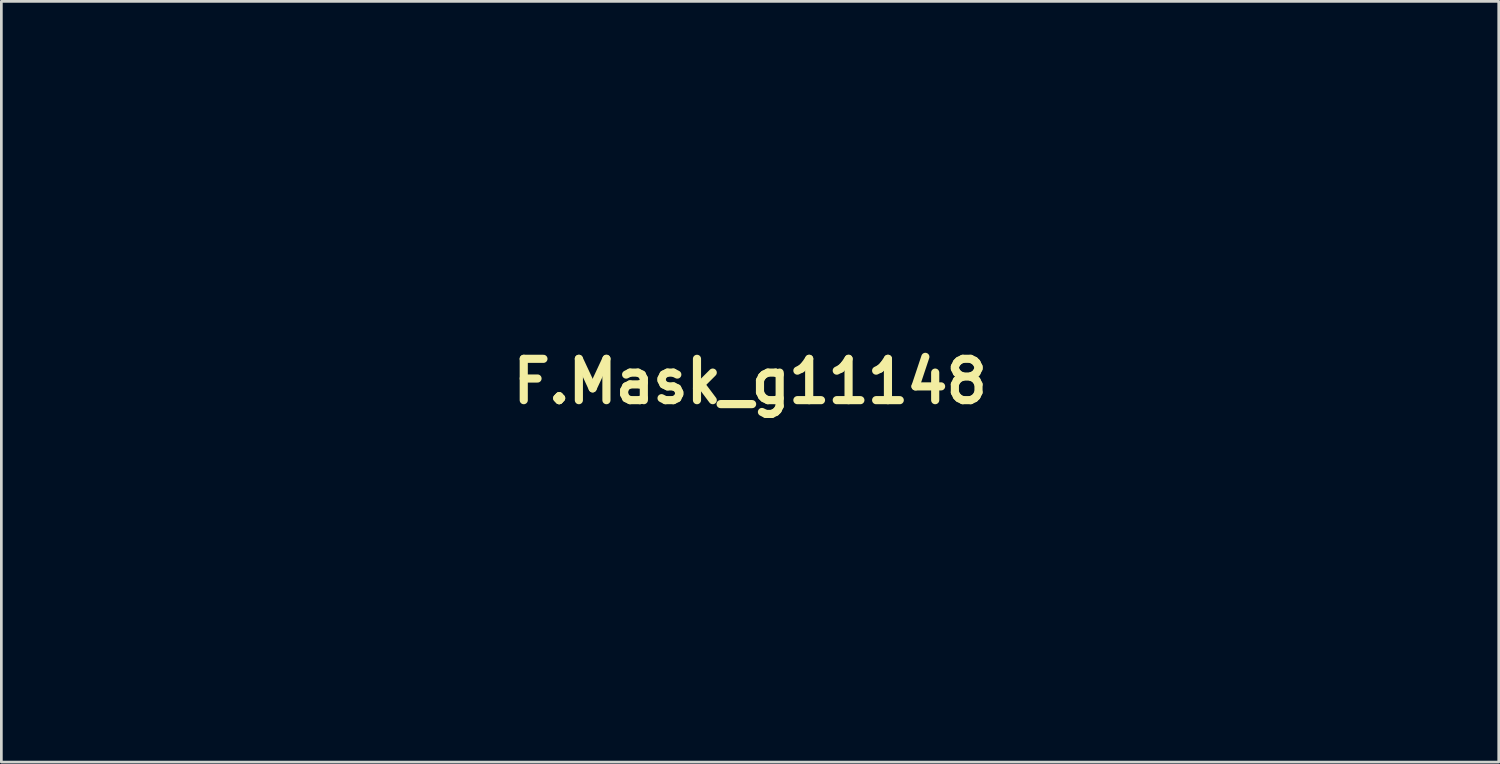
<source format=kicad_pcb>
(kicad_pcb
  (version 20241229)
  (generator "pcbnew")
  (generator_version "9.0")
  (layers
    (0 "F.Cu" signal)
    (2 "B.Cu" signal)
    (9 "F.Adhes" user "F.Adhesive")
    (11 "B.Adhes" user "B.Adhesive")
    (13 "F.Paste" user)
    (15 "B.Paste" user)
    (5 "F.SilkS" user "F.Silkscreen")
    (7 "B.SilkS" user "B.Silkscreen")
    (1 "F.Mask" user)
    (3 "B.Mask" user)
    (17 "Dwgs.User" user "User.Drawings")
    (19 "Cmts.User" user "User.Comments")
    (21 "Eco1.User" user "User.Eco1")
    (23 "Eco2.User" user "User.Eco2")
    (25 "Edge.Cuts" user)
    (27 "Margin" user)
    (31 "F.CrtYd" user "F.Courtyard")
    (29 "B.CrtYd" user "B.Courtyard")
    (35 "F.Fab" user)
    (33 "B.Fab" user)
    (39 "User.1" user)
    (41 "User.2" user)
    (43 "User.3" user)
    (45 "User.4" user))
  (footprint "F.Mask_g11148"
    (layer "F.Cu")
    (at 24.603 11.012)
    (property "Reference" "F.Mask_g11148" (at 0 0 0) (layer "F.SilkS") (effects (font (size 1.524 1.524) (thickness 0.3))))
    (attr through_hole)
    (fp_poly (pts (xy 19.897 -9.292) (xy 18.203 -9.292) (xy 18.203 -11.007) (xy 19.897 -11.007) (xy 19.897 -9.292)) (stroke (width 0.01) (type solid)) (fill yes) (layer "F.Mask"))
    (fp_poly (pts (xy 19.897 11.028) (xy 18.203 11.028) (xy 18.203 9.313) (xy 19.897 9.313) (xy 19.897 11.028)) (stroke (width 0.01) (type solid)) (fill yes) (layer "F.Mask"))
    (fp_poly (pts (xy -13.876 9.327) (xy -13.709 9.362) (xy -13.548 9.433) (xy -13.442 9.505) (xy -13.312 9.633) (xy -13.216 9.782) (xy -13.153 9.945) (xy -13.126 10.118) (xy -13.134 10.293) (xy -13.178 10.466) (xy -13.258 10.63) (xy -13.324 10.722) (xy -13.447 10.84) (xy -13.596 10.93) (xy -13.762 10.989) (xy -13.938 11.015) (xy -14.113 11.005) (xy -14.288 10.955) (xy -14.444 10.869) (xy -14.577 10.755) (xy -14.685 10.615) (xy -14.762 10.456) (xy -14.805 10.282) (xy -14.81 10.102) (xy -14.778 9.922) (xy -14.711 9.762) (xy -14.616 9.623) (xy -14.496 9.508) (xy -14.357 9.419) (xy -14.205 9.357) (xy -14.042 9.326) (xy -13.876 9.327)) (stroke (width 0.01) (type solid)) (fill yes) (layer "F.Mask"))
    (fp_poly (pts (xy 14.185 9.349) (xy 14.345 9.411) (xy 14.489 9.504) (xy 14.613 9.624) (xy 14.711 9.766) (xy 14.778 9.928) (xy 14.81 10.101) (xy 14.805 10.286) (xy 14.762 10.458) (xy 14.687 10.614) (xy 14.583 10.749) (xy 14.454 10.861) (xy 14.306 10.945) (xy 14.141 10.998) (xy 13.965 11.016) (xy 13.782 10.996) (xy 13.607 10.936) (xy 13.453 10.843) (xy 13.325 10.721) (xy 13.225 10.573) (xy 13.159 10.405) (xy 13.128 10.22) (xy 13.128 10.214) (xy 13.138 10.024) (xy 13.185 9.848) (xy 13.268 9.691) (xy 13.382 9.556) (xy 13.524 9.448) (xy 13.692 9.37) (xy 13.838 9.332) (xy 14.015 9.321) (xy 14.185 9.349)) (stroke (width 0.01) (type solid)) (fill yes) (layer "F.Mask"))
    (fp_poly (pts (xy 11.574 9.335) (xy 11.736 9.381) (xy 11.886 9.458) (xy 12.017 9.562) (xy 12.127 9.692) (xy 12.209 9.844) (xy 12.259 10.015) (xy 12.271 10.104) (xy 12.265 10.288) (xy 12.222 10.459) (xy 12.146 10.614) (xy 12.042 10.75) (xy 11.914 10.861) (xy 11.765 10.945) (xy 11.601 10.998) (xy 11.425 11.016) (xy 11.242 10.996) (xy 11.067 10.936) (xy 10.913 10.843) (xy 10.785 10.721) (xy 10.685 10.573) (xy 10.619 10.405) (xy 10.588 10.22) (xy 10.588 10.214) (xy 10.597 10.021) (xy 10.645 9.844) (xy 10.73 9.686) (xy 10.85 9.55) (xy 11.003 9.438) (xy 11.06 9.408) (xy 11.231 9.345) (xy 11.404 9.322) (xy 11.574 9.335)) (stroke (width 0.01) (type solid)) (fill yes) (layer "F.Mask"))
    (fp_poly (pts (xy 14.103 -10.985) (xy 14.243 -10.954) (xy 14.282 -10.939) (xy 14.446 -10.847) (xy 14.583 -10.727) (xy 14.691 -10.584) (xy 14.766 -10.423) (xy 14.807 -10.25) (xy 14.811 -10.07) (xy 14.786 -9.929) (xy 14.721 -9.764) (xy 14.624 -9.618) (xy 14.499 -9.495) (xy 14.353 -9.399) (xy 14.192 -9.333) (xy 14.021 -9.301) (xy 13.847 -9.306) (xy 13.802 -9.314) (xy 13.624 -9.372) (xy 13.467 -9.463) (xy 13.336 -9.583) (xy 13.234 -9.728) (xy 13.164 -9.893) (xy 13.129 -10.074) (xy 13.128 -10.193) (xy 13.157 -10.38) (xy 13.223 -10.55) (xy 13.323 -10.698) (xy 13.452 -10.821) (xy 13.608 -10.914) (xy 13.787 -10.973) (xy 13.797 -10.976) (xy 13.949 -10.993) (xy 14.103 -10.985)) (stroke (width 0.01) (type solid)) (fill yes) (layer "F.Mask"))
    (fp_poly (pts (xy -16.366 9.336) (xy -16.226 9.369) (xy -16.208 9.375) (xy -16.044 9.46) (xy -15.907 9.572) (xy -15.8 9.707) (xy -15.723 9.859) (xy -15.677 10.022) (xy -15.665 10.193) (xy -15.687 10.365) (xy -15.745 10.533) (xy -15.84 10.691) (xy -15.864 10.722) (xy -15.987 10.84) (xy -16.136 10.93) (xy -16.302 10.989) (xy -16.478 11.015) (xy -16.653 11.005) (xy -16.827 10.954) (xy -16.985 10.868) (xy -17.121 10.749) (xy -17.231 10.605) (xy -17.308 10.439) (xy -17.315 10.418) (xy -17.35 10.237) (xy -17.345 10.058) (xy -17.304 9.886) (xy -17.228 9.727) (xy -17.121 9.586) (xy -16.985 9.468) (xy -16.823 9.38) (xy -16.806 9.373) (xy -16.673 9.338) (xy -16.52 9.326) (xy -16.366 9.336)) (stroke (width 0.01) (type solid)) (fill yes) (layer "F.Mask"))
    (fp_poly (pts (xy 16.627 -10.985) (xy 16.727 -10.967) (xy 16.808 -10.942) (xy 16.885 -10.906) (xy 16.975 -10.852) (xy 16.992 -10.841) (xy 17.112 -10.741) (xy 17.213 -10.61) (xy 17.291 -10.459) (xy 17.341 -10.298) (xy 17.357 -10.149) (xy 17.336 -9.972) (xy 17.279 -9.804) (xy 17.188 -9.652) (xy 17.07 -9.52) (xy 16.927 -9.416) (xy 16.766 -9.343) (xy 16.702 -9.326) (xy 16.596 -9.304) (xy 16.512 -9.296) (xy 16.432 -9.3) (xy 16.342 -9.315) (xy 16.166 -9.37) (xy 16.011 -9.459) (xy 15.881 -9.577) (xy 15.779 -9.72) (xy 15.707 -9.884) (xy 15.671 -10.063) (xy 15.668 -10.205) (xy 15.698 -10.385) (xy 15.763 -10.548) (xy 15.86 -10.692) (xy 15.982 -10.812) (xy 16.126 -10.906) (xy 16.287 -10.968) (xy 16.46 -10.995) (xy 16.627 -10.985)) (stroke (width 0.01) (type solid)) (fill yes) (layer "F.Mask"))
    (fp_poly (pts (xy 16.597 9.33) (xy 16.722 9.346) (xy 16.785 9.364) (xy 16.946 9.445) (xy 17.086 9.557) (xy 17.202 9.695) (xy 17.289 9.852) (xy 17.342 10.021) (xy 17.357 10.171) (xy 17.337 10.334) (xy 17.283 10.498) (xy 17.199 10.651) (xy 17.091 10.783) (xy 17.047 10.823) (xy 16.919 10.909) (xy 16.767 10.973) (xy 16.636 11.005) (xy 16.56 11.018) (xy 16.508 11.024) (xy 16.465 11.023) (xy 16.414 11.015) (xy 16.341 10.999) (xy 16.323 10.995) (xy 16.145 10.936) (xy 15.99 10.843) (xy 15.861 10.715) (xy 15.758 10.555) (xy 15.755 10.548) (xy 15.689 10.371) (xy 15.663 10.193) (xy 15.675 10.017) (xy 15.723 9.85) (xy 15.805 9.697) (xy 15.92 9.561) (xy 16.064 9.449) (xy 16.214 9.374) (xy 16.326 9.344) (xy 16.459 9.329) (xy 16.597 9.33)) (stroke (width 0.01) (type solid)) (fill yes) (layer "F.Mask"))
    (fp_poly (pts (xy 11.624 -10.973) (xy 11.793 -10.914) (xy 11.945 -10.82) (xy 12.075 -10.693) (xy 12.125 -10.627) (xy 12.212 -10.462) (xy 12.261 -10.291) (xy 12.273 -10.121) (xy 12.252 -9.954) (xy 12.198 -9.797) (xy 12.116 -9.653) (xy 12.006 -9.527) (xy 11.871 -9.425) (xy 11.713 -9.351) (xy 11.536 -9.309) (xy 11.49 -9.305) (xy 11.4 -9.302) (xy 11.311 -9.307) (xy 11.262 -9.314) (xy 11.085 -9.372) (xy 10.927 -9.466) (xy 10.793 -9.593) (xy 10.687 -9.748) (xy 10.674 -9.774) (xy 10.637 -9.851) (xy 10.614 -9.911) (xy 10.601 -9.968) (xy 10.595 -10.036) (xy 10.594 -10.131) (xy 10.594 -10.148) (xy 10.595 -10.25) (xy 10.6 -10.324) (xy 10.612 -10.382) (xy 10.633 -10.44) (xy 10.66 -10.499) (xy 10.761 -10.667) (xy 10.885 -10.8) (xy 11.033 -10.898) (xy 11.207 -10.964) (xy 11.257 -10.976) (xy 11.443 -10.994) (xy 11.624 -10.973)) (stroke (width 0.01) (type solid)) (fill yes) (layer "F.Mask"))
    (fp_poly (pts (xy -18.94 9.333) (xy -18.81 9.356) (xy -18.748 9.375) (xy -18.581 9.462) (xy -18.439 9.581) (xy -18.324 9.729) (xy -18.243 9.901) (xy -18.22 9.98) (xy -18.208 10.061) (xy -18.207 10.159) (xy -18.208 10.206) (xy -18.215 10.306) (xy -18.228 10.383) (xy -18.252 10.455) (xy -18.292 10.542) (xy -18.294 10.547) (xy -18.395 10.709) (xy -18.522 10.836) (xy -18.674 10.931) (xy -18.853 10.992) (xy -18.873 10.996) (xy -18.956 11.013) (xy -19.014 11.022) (xy -19.065 11.022) (xy -19.126 11.015) (xy -19.193 11.004) (xy -19.314 10.972) (xy -19.441 10.916) (xy -19.556 10.847) (xy -19.59 10.821) (xy -19.703 10.702) (xy -19.795 10.556) (xy -19.861 10.396) (xy -19.894 10.232) (xy -19.897 10.171) (xy -19.876 9.996) (xy -19.818 9.828) (xy -19.727 9.673) (xy -19.607 9.539) (xy -19.463 9.43) (xy -19.325 9.364) (xy -19.213 9.337) (xy -19.079 9.327) (xy -18.94 9.333)) (stroke (width 0.01) (type solid)) (fill yes) (layer "F.Mask"))
    (fp_poly (pts (xy -3.587 9.353) (xy -3.433 9.412) (xy -3.29 9.501) (xy -3.165 9.622) (xy -3.063 9.774) (xy -3.042 9.816) (xy -3.01 9.887) (xy -2.99 9.945) (xy -2.979 10.006) (xy -2.975 10.083) (xy -2.974 10.171) (xy -2.979 10.31) (xy -2.999 10.423) (xy -3.038 10.526) (xy -3.1 10.635) (xy -3.128 10.677) (xy -3.235 10.796) (xy -3.37 10.893) (xy -3.526 10.964) (xy -3.694 11.005) (xy -3.866 11.014) (xy -3.954 11.004) (xy -4.128 10.954) (xy -4.288 10.867) (xy -4.426 10.748) (xy -4.537 10.602) (xy -4.578 10.526) (xy -4.61 10.455) (xy -4.63 10.396) (xy -4.641 10.335) (xy -4.645 10.258) (xy -4.646 10.171) (xy -4.645 10.069) (xy -4.64 9.995) (xy -4.628 9.936) (xy -4.606 9.876) (xy -4.578 9.816) (xy -4.482 9.657) (xy -4.362 9.528) (xy -4.223 9.431) (xy -4.072 9.365) (xy -3.912 9.33) (xy -3.748 9.326) (xy -3.587 9.353)) (stroke (width 0.01) (type solid)) (fill yes) (layer "F.Mask"))
    (fp_poly (pts (xy -1.162 9.328) (xy -1.138 9.332) (xy -0.954 9.385) (xy -0.79 9.474) (xy -0.65 9.596) (xy -0.538 9.748) (xy -0.502 9.816) (xy -0.47 9.887) (xy -0.45 9.945) (xy -0.439 10.006) (xy -0.435 10.083) (xy -0.434 10.171) (xy -0.439 10.31) (xy -0.459 10.423) (xy -0.498 10.526) (xy -0.56 10.635) (xy -0.588 10.677) (xy -0.695 10.797) (xy -0.831 10.894) (xy -0.988 10.964) (xy -1.157 11.005) (xy -1.331 11.014) (xy -1.418 11.004) (xy -1.59 10.955) (xy -1.747 10.869) (xy -1.884 10.75) (xy -1.996 10.605) (xy -2.038 10.526) (xy -2.07 10.455) (xy -2.09 10.396) (xy -2.101 10.335) (xy -2.105 10.258) (xy -2.106 10.171) (xy -2.105 10.069) (xy -2.1 9.995) (xy -2.087 9.936) (xy -2.066 9.876) (xy -2.038 9.816) (xy -1.942 9.659) (xy -1.819 9.528) (xy -1.673 9.426) (xy -1.511 9.357) (xy -1.339 9.323) (xy -1.162 9.328)) (stroke (width 0.01) (type solid)) (fill yes) (layer "F.Mask"))
    (fp_poly (pts (xy 1.488 9.35) (xy 1.652 9.415) (xy 1.8 9.512) (xy 1.927 9.64) (xy 2.027 9.794) (xy 2.038 9.816) (xy 2.07 9.887) (xy 2.09 9.945) (xy 2.101 10.005) (xy 2.105 10.081) (xy 2.106 10.171) (xy 2.099 10.311) (xy 2.079 10.426) (xy 2.04 10.53) (xy 1.977 10.64) (xy 1.952 10.677) (xy 1.845 10.797) (xy 1.709 10.894) (xy 1.552 10.964) (xy 1.383 11.005) (xy 1.209 11.014) (xy 1.122 11.004) (xy 0.95 10.955) (xy 0.793 10.869) (xy 0.656 10.75) (xy 0.544 10.605) (xy 0.502 10.526) (xy 0.47 10.455) (xy 0.45 10.396) (xy 0.439 10.335) (xy 0.435 10.258) (xy 0.434 10.171) (xy 0.435 10.069) (xy 0.44 9.995) (xy 0.453 9.936) (xy 0.474 9.876) (xy 0.502 9.816) (xy 0.601 9.653) (xy 0.731 9.519) (xy 0.886 9.416) (xy 1.062 9.349) (xy 1.138 9.332) (xy 1.315 9.321) (xy 1.488 9.35)) (stroke (width 0.01) (type solid)) (fill yes) (layer "F.Mask"))
    (fp_poly (pts (xy -8.667 9.353) (xy -8.513 9.411) (xy -8.37 9.501) (xy -8.245 9.622) (xy -8.143 9.775) (xy -8.122 9.816) (xy -8.09 9.887) (xy -8.07 9.945) (xy -8.059 10.006) (xy -8.055 10.083) (xy -8.054 10.171) (xy -8.055 10.274) (xy -8.061 10.349) (xy -8.073 10.409) (xy -8.095 10.468) (xy -8.113 10.508) (xy -8.212 10.675) (xy -8.338 10.811) (xy -8.485 10.915) (xy -8.65 10.984) (xy -8.828 11.016) (xy -9.015 11.008) (xy -9.034 11.005) (xy -9.208 10.954) (xy -9.366 10.866) (xy -9.505 10.745) (xy -9.618 10.596) (xy -9.656 10.526) (xy -9.689 10.456) (xy -9.709 10.399) (xy -9.72 10.341) (xy -9.725 10.268) (xy -9.726 10.171) (xy -9.725 10.069) (xy -9.72 9.996) (xy -9.708 9.936) (xy -9.686 9.877) (xy -9.658 9.816) (xy -9.562 9.656) (xy -9.442 9.528) (xy -9.303 9.43) (xy -9.152 9.364) (xy -8.991 9.329) (xy -8.828 9.325) (xy -8.667 9.353)) (stroke (width 0.01) (type solid)) (fill yes) (layer "F.Mask"))
    (fp_poly (pts (xy -6.127 9.353) (xy -5.973 9.411) (xy -5.83 9.501) (xy -5.705 9.622) (xy -5.603 9.775) (xy -5.582 9.816) (xy -5.55 9.887) (xy -5.53 9.945) (xy -5.519 10.006) (xy -5.515 10.083) (xy -5.514 10.171) (xy -5.515 10.274) (xy -5.521 10.35) (xy -5.534 10.41) (xy -5.555 10.469) (xy -5.572 10.506) (xy -5.658 10.659) (xy -5.761 10.781) (xy -5.889 10.881) (xy -6.05 10.961) (xy -6.227 11.006) (xy -6.409 11.014) (xy -6.494 11.005) (xy -6.667 10.954) (xy -6.826 10.867) (xy -6.964 10.748) (xy -7.076 10.602) (xy -7.12 10.521) (xy -7.151 10.452) (xy -7.171 10.394) (xy -7.181 10.333) (xy -7.185 10.254) (xy -7.186 10.171) (xy -7.185 10.069) (xy -7.18 9.995) (xy -7.167 9.936) (xy -7.146 9.876) (xy -7.118 9.816) (xy -7.022 9.656) (xy -6.902 9.528) (xy -6.763 9.43) (xy -6.612 9.364) (xy -6.451 9.329) (xy -6.288 9.325) (xy -6.127 9.353)) (stroke (width 0.01) (type solid)) (fill yes) (layer "F.Mask"))
    (fp_poly (pts (xy 6.458 9.328) (xy 6.482 9.332) (xy 6.666 9.385) (xy 6.83 9.474) (xy 6.97 9.596) (xy 7.082 9.748) (xy 7.118 9.816) (xy 7.15 9.887) (xy 7.17 9.945) (xy 7.181 10.006) (xy 7.185 10.083) (xy 7.186 10.171) (xy 7.184 10.275) (xy 7.179 10.35) (xy 7.166 10.411) (xy 7.144 10.47) (xy 7.129 10.503) (xy 7.029 10.671) (xy 6.903 10.809) (xy 6.755 10.913) (xy 6.588 10.982) (xy 6.408 11.014) (xy 6.218 11.006) (xy 6.202 11.004) (xy 6.03 10.955) (xy 5.872 10.869) (xy 5.735 10.75) (xy 5.623 10.603) (xy 5.582 10.525) (xy 5.55 10.454) (xy 5.53 10.396) (xy 5.519 10.335) (xy 5.515 10.258) (xy 5.514 10.171) (xy 5.515 10.069) (xy 5.52 9.995) (xy 5.533 9.936) (xy 5.554 9.876) (xy 5.582 9.816) (xy 5.678 9.659) (xy 5.801 9.528) (xy 5.947 9.426) (xy 6.109 9.357) (xy 6.281 9.323) (xy 6.458 9.328)) (stroke (width 0.01) (type solid)) (fill yes) (layer "F.Mask"))
    (fp_poly (pts (xy 8.969 9.326) (xy 9.13 9.357) (xy 9.283 9.42) (xy 9.424 9.513) (xy 9.546 9.637) (xy 9.646 9.791) (xy 9.658 9.816) (xy 9.69 9.887) (xy 9.71 9.945) (xy 9.721 10.005) (xy 9.725 10.082) (xy 9.726 10.171) (xy 9.72 10.307) (xy 9.702 10.418) (xy 9.665 10.517) (xy 9.605 10.62) (xy 9.563 10.681) (xy 9.447 10.808) (xy 9.304 10.907) (xy 9.141 10.976) (xy 8.967 11.011) (xy 8.788 11.01) (xy 8.702 10.996) (xy 8.524 10.936) (xy 8.37 10.841) (xy 8.24 10.712) (xy 8.134 10.548) (xy 8.12 10.52) (xy 8.089 10.452) (xy 8.07 10.395) (xy 8.059 10.335) (xy 8.055 10.258) (xy 8.054 10.169) (xy 8.055 10.07) (xy 8.06 9.998) (xy 8.071 9.94) (xy 8.093 9.882) (xy 8.127 9.808) (xy 8.134 9.795) (xy 8.232 9.639) (xy 8.354 9.514) (xy 8.493 9.42) (xy 8.646 9.357) (xy 8.806 9.326) (xy 8.969 9.326)) (stroke (width 0.01) (type solid)) (fill yes) (layer "F.Mask"))
    (fp_poly (pts (xy -11.208 9.351) (xy -11.054 9.409) (xy -10.913 9.498) (xy -10.788 9.619) (xy -10.686 9.771) (xy -10.674 9.795) (xy -10.637 9.872) (xy -10.614 9.932) (xy -10.601 9.989) (xy -10.595 10.058) (xy -10.594 10.152) (xy -10.594 10.169) (xy -10.595 10.273) (xy -10.601 10.348) (xy -10.613 10.408) (xy -10.634 10.467) (xy -10.653 10.508) (xy -10.752 10.675) (xy -10.878 10.811) (xy -11.025 10.915) (xy -11.19 10.984) (xy -11.368 11.016) (xy -11.555 11.008) (xy -11.574 11.005) (xy -11.748 10.954) (xy -11.906 10.866) (xy -12.045 10.745) (xy -12.158 10.596) (xy -12.196 10.526) (xy -12.229 10.456) (xy -12.249 10.399) (xy -12.26 10.341) (xy -12.265 10.268) (xy -12.266 10.171) (xy -12.265 10.069) (xy -12.26 9.996) (xy -12.248 9.936) (xy -12.226 9.877) (xy -12.198 9.816) (xy -12.102 9.656) (xy -11.982 9.528) (xy -11.844 9.431) (xy -11.692 9.364) (xy -11.532 9.329) (xy -11.369 9.324) (xy -11.208 9.351)) (stroke (width 0.01) (type solid)) (fill yes) (layer "F.Mask"))
    (fp_poly (pts (xy -6.219 -10.983) (xy -6.177 -10.976) (xy -5.997 -10.919) (xy -5.842 -10.829) (xy -5.711 -10.705) (xy -5.605 -10.547) (xy -5.58 -10.499) (xy -5.549 -10.43) (xy -5.53 -10.373) (xy -5.519 -10.313) (xy -5.515 -10.235) (xy -5.514 -10.149) (xy -5.515 -10.046) (xy -5.521 -9.97) (xy -5.534 -9.91) (xy -5.555 -9.851) (xy -5.572 -9.814) (xy -5.671 -9.644) (xy -5.794 -9.508) (xy -5.942 -9.405) (xy -6.055 -9.353) (xy -6.171 -9.322) (xy -6.304 -9.305) (xy -6.436 -9.304) (xy -6.518 -9.314) (xy -6.689 -9.371) (xy -6.845 -9.463) (xy -6.98 -9.587) (xy -7.088 -9.736) (xy -7.118 -9.795) (xy -7.15 -9.866) (xy -7.17 -9.924) (xy -7.181 -9.985) (xy -7.185 -10.062) (xy -7.186 -10.149) (xy -7.185 -10.251) (xy -7.18 -10.325) (xy -7.167 -10.384) (xy -7.146 -10.444) (xy -7.118 -10.504) (xy -7.02 -10.664) (xy -6.895 -10.796) (xy -6.746 -10.896) (xy -6.581 -10.962) (xy -6.403 -10.992) (xy -6.219 -10.983)) (stroke (width 0.01) (type solid)) (fill yes) (layer "F.Mask"))
    (fp_poly (pts (xy -3.677 -10.983) (xy -3.637 -10.976) (xy -3.457 -10.919) (xy -3.302 -10.829) (xy -3.171 -10.705) (xy -3.065 -10.547) (xy -3.04 -10.499) (xy -3.009 -10.43) (xy -2.99 -10.373) (xy -2.979 -10.313) (xy -2.975 -10.235) (xy -2.974 -10.149) (xy -2.975 -10.046) (xy -2.981 -9.97) (xy -2.994 -9.91) (xy -3.015 -9.851) (xy -3.032 -9.814) (xy -3.131 -9.644) (xy -3.254 -9.508) (xy -3.402 -9.405) (xy -3.515 -9.353) (xy -3.631 -9.322) (xy -3.764 -9.305) (xy -3.896 -9.304) (xy -3.978 -9.314) (xy -4.149 -9.371) (xy -4.305 -9.463) (xy -4.44 -9.587) (xy -4.548 -9.736) (xy -4.578 -9.795) (xy -4.61 -9.866) (xy -4.63 -9.924) (xy -4.641 -9.985) (xy -4.645 -10.062) (xy -4.646 -10.149) (xy -4.645 -10.251) (xy -4.64 -10.325) (xy -4.627 -10.384) (xy -4.606 -10.444) (xy -4.578 -10.504) (xy -4.48 -10.665) (xy -4.354 -10.797) (xy -4.206 -10.897) (xy -4.04 -10.963) (xy -3.862 -10.993) (xy -3.677 -10.983)) (stroke (width 0.01) (type solid)) (fill yes) (layer "F.Mask"))
    (fp_poly (pts (xy -1.074 -10.973) (xy -0.907 -10.914) (xy -0.755 -10.821) (xy -0.624 -10.696) (xy -0.52 -10.541) (xy -0.502 -10.504) (xy -0.47 -10.434) (xy -0.45 -10.375) (xy -0.439 -10.314) (xy -0.435 -10.237) (xy -0.434 -10.149) (xy -0.435 -10.046) (xy -0.441 -9.97) (xy -0.454 -9.91) (xy -0.475 -9.851) (xy -0.492 -9.814) (xy -0.591 -9.644) (xy -0.714 -9.508) (xy -0.862 -9.405) (xy -0.975 -9.353) (xy -1.091 -9.322) (xy -1.224 -9.305) (xy -1.356 -9.304) (xy -1.438 -9.314) (xy -1.609 -9.371) (xy -1.765 -9.463) (xy -1.9 -9.587) (xy -2.008 -9.736) (xy -2.038 -9.795) (xy -2.07 -9.866) (xy -2.09 -9.924) (xy -2.101 -9.985) (xy -2.105 -10.062) (xy -2.106 -10.149) (xy -2.105 -10.251) (xy -2.1 -10.325) (xy -2.087 -10.384) (xy -2.066 -10.444) (xy -2.039 -10.503) (xy -1.939 -10.667) (xy -1.811 -10.801) (xy -1.657 -10.901) (xy -1.478 -10.967) (xy -1.437 -10.977) (xy -1.253 -10.995) (xy -1.074 -10.973)) (stroke (width 0.01) (type solid)) (fill yes) (layer "F.Mask"))
    (fp_poly (pts (xy 1.466 -10.973) (xy 1.633 -10.914) (xy 1.785 -10.821) (xy 1.915 -10.696) (xy 2.02 -10.541) (xy 2.038 -10.504) (xy 2.07 -10.434) (xy 2.09 -10.375) (xy 2.101 -10.314) (xy 2.105 -10.237) (xy 2.106 -10.149) (xy 2.105 -10.046) (xy 2.099 -9.97) (xy 2.087 -9.91) (xy 2.065 -9.852) (xy 2.048 -9.814) (xy 1.949 -9.644) (xy 1.826 -9.508) (xy 1.678 -9.405) (xy 1.565 -9.353) (xy 1.449 -9.322) (xy 1.316 -9.305) (xy 1.184 -9.304) (xy 1.102 -9.314) (xy 0.931 -9.371) (xy 0.775 -9.463) (xy 0.64 -9.587) (xy 0.532 -9.736) (xy 0.502 -9.795) (xy 0.47 -9.866) (xy 0.45 -9.924) (xy 0.439 -9.985) (xy 0.435 -10.062) (xy 0.434 -10.149) (xy 0.435 -10.251) (xy 0.44 -10.325) (xy 0.453 -10.384) (xy 0.474 -10.444) (xy 0.501 -10.503) (xy 0.601 -10.667) (xy 0.729 -10.801) (xy 0.883 -10.901) (xy 1.062 -10.967) (xy 1.103 -10.977) (xy 1.287 -10.995) (xy 1.466 -10.973)) (stroke (width 0.01) (type solid)) (fill yes) (layer "F.Mask"))
    (fp_poly (pts (xy 3.918 9.328) (xy 3.942 9.332) (xy 4.126 9.385) (xy 4.29 9.474) (xy 4.43 9.596) (xy 4.542 9.748) (xy 4.578 9.816) (xy 4.61 9.887) (xy 4.63 9.945) (xy 4.641 10.006) (xy 4.645 10.083) (xy 4.646 10.171) (xy 4.644 10.275) (xy 4.639 10.35) (xy 4.626 10.411) (xy 4.604 10.47) (xy 4.589 10.504) (xy 4.515 10.64) (xy 4.432 10.748) (xy 4.329 10.839) (xy 4.316 10.849) (xy 4.158 10.94) (xy 3.982 10.996) (xy 3.798 11.015) (xy 3.662 11.004) (xy 3.491 10.955) (xy 3.334 10.869) (xy 3.197 10.751) (xy 3.085 10.606) (xy 3.042 10.526) (xy 3.01 10.455) (xy 2.99 10.396) (xy 2.979 10.335) (xy 2.975 10.258) (xy 2.974 10.171) (xy 2.975 10.069) (xy 2.98 9.995) (xy 2.993 9.936) (xy 3.014 9.876) (xy 3.042 9.816) (xy 3.138 9.659) (xy 3.261 9.528) (xy 3.407 9.426) (xy 3.569 9.357) (xy 3.741 9.323) (xy 3.918 9.328)) (stroke (width 0.01) (type solid)) (fill yes) (layer "F.Mask"))
    (fp_poly (pts (xy 4.003 -10.973) (xy 4.172 -10.914) (xy 4.324 -10.821) (xy 4.455 -10.696) (xy 4.56 -10.541) (xy 4.578 -10.504) (xy 4.61 -10.434) (xy 4.63 -10.375) (xy 4.641 -10.314) (xy 4.645 -10.238) (xy 4.646 -10.149) (xy 4.645 -10.045) (xy 4.639 -9.97) (xy 4.626 -9.91) (xy 4.605 -9.851) (xy 4.588 -9.814) (xy 4.489 -9.644) (xy 4.366 -9.508) (xy 4.217 -9.405) (xy 4.105 -9.353) (xy 3.989 -9.322) (xy 3.856 -9.305) (xy 3.724 -9.304) (xy 3.642 -9.314) (xy 3.471 -9.371) (xy 3.315 -9.463) (xy 3.18 -9.587) (xy 3.072 -9.736) (xy 3.042 -9.795) (xy 3.01 -9.866) (xy 2.99 -9.924) (xy 2.979 -9.985) (xy 2.975 -10.062) (xy 2.974 -10.149) (xy 2.975 -10.251) (xy 2.98 -10.324) (xy 2.992 -10.383) (xy 3.014 -10.441) (xy 3.04 -10.499) (xy 3.141 -10.667) (xy 3.265 -10.8) (xy 3.413 -10.898) (xy 3.587 -10.964) (xy 3.637 -10.976) (xy 3.823 -10.994) (xy 4.003 -10.973)) (stroke (width 0.01) (type solid)) (fill yes) (layer "F.Mask"))
    (fp_poly (pts (xy 6.542 -10.972) (xy 6.71 -10.913) (xy 6.863 -10.82) (xy 6.994 -10.695) (xy 7.1 -10.541) (xy 7.12 -10.5) (xy 7.151 -10.431) (xy 7.171 -10.373) (xy 7.181 -10.312) (xy 7.185 -10.233) (xy 7.186 -10.149) (xy 7.185 -10.045) (xy 7.179 -9.97) (xy 7.166 -9.91) (xy 7.145 -9.851) (xy 7.128 -9.814) (xy 7.029 -9.644) (xy 6.906 -9.508) (xy 6.757 -9.405) (xy 6.645 -9.353) (xy 6.529 -9.322) (xy 6.396 -9.305) (xy 6.264 -9.304) (xy 6.182 -9.314) (xy 6.011 -9.371) (xy 5.855 -9.463) (xy 5.72 -9.587) (xy 5.612 -9.736) (xy 5.582 -9.795) (xy 5.55 -9.866) (xy 5.53 -9.924) (xy 5.519 -9.985) (xy 5.515 -10.062) (xy 5.514 -10.149) (xy 5.515 -10.251) (xy 5.52 -10.324) (xy 5.532 -10.383) (xy 5.554 -10.441) (xy 5.58 -10.499) (xy 5.681 -10.667) (xy 5.805 -10.8) (xy 5.953 -10.898) (xy 6.127 -10.964) (xy 6.177 -10.976) (xy 6.362 -10.994) (xy 6.542 -10.972)) (stroke (width 0.01) (type solid)) (fill yes) (layer "F.Mask"))
    (fp_poly (pts (xy -8.749 -10.982) (xy -8.717 -10.976) (xy -8.537 -10.919) (xy -8.382 -10.829) (xy -8.251 -10.705) (xy -8.145 -10.547) (xy -8.12 -10.499) (xy -8.089 -10.43) (xy -8.07 -10.373) (xy -8.059 -10.313) (xy -8.055 -10.235) (xy -8.054 -10.149) (xy -8.055 -10.048) (xy -8.06 -9.974) (xy -8.073 -9.915) (xy -8.094 -9.855) (xy -8.122 -9.795) (xy -8.221 -9.631) (xy -8.35 -9.497) (xy -8.504 -9.395) (xy -8.68 -9.327) (xy -8.741 -9.313) (xy -8.841 -9.298) (xy -8.925 -9.296) (xy -9.018 -9.308) (xy -9.058 -9.315) (xy -9.222 -9.368) (xy -9.375 -9.457) (xy -9.509 -9.576) (xy -9.618 -9.72) (xy -9.658 -9.794) (xy -9.69 -9.865) (xy -9.71 -9.924) (xy -9.721 -9.984) (xy -9.725 -10.061) (xy -9.726 -10.15) (xy -9.725 -10.251) (xy -9.72 -10.323) (xy -9.708 -10.381) (xy -9.687 -10.438) (xy -9.656 -10.505) (xy -9.554 -10.667) (xy -9.426 -10.799) (xy -9.277 -10.9) (xy -9.112 -10.965) (xy -8.934 -10.993) (xy -8.749 -10.982)) (stroke (width 0.01) (type solid)) (fill yes) (layer "F.Mask"))
    (fp_poly (pts (xy 9.083 -10.973) (xy 9.251 -10.913) (xy 9.403 -10.819) (xy 9.535 -10.691) (xy 9.641 -10.533) (xy 9.656 -10.505) (xy 9.688 -10.435) (xy 9.709 -10.378) (xy 9.72 -10.32) (xy 9.725 -10.247) (xy 9.726 -10.15) (xy 9.724 -10.046) (xy 9.719 -9.97) (xy 9.706 -9.91) (xy 9.685 -9.851) (xy 9.669 -9.816) (xy 9.595 -9.68) (xy 9.513 -9.573) (xy 9.41 -9.481) (xy 9.395 -9.47) (xy 9.242 -9.381) (xy 9.074 -9.324) (xy 8.9 -9.3) (xy 8.731 -9.312) (xy 8.722 -9.314) (xy 8.545 -9.372) (xy 8.387 -9.466) (xy 8.253 -9.593) (xy 8.147 -9.748) (xy 8.134 -9.774) (xy 8.097 -9.851) (xy 8.074 -9.911) (xy 8.061 -9.968) (xy 8.055 -10.036) (xy 8.054 -10.131) (xy 8.054 -10.148) (xy 8.055 -10.25) (xy 8.06 -10.324) (xy 8.072 -10.382) (xy 8.093 -10.44) (xy 8.12 -10.499) (xy 8.221 -10.667) (xy 8.345 -10.8) (xy 8.493 -10.898) (xy 8.667 -10.964) (xy 8.717 -10.976) (xy 8.904 -10.994) (xy 9.083 -10.973)) (stroke (width 0.01) (type solid)) (fill yes) (layer "F.Mask"))
    (fp_poly (pts (xy -22.65 -10.615) (xy -22.393 -10.564) (xy -22.146 -10.474) (xy -21.913 -10.346) (xy -21.698 -10.181) (xy -21.621 -10.108) (xy -21.444 -9.904) (xy -21.305 -9.685) (xy -21.204 -9.447) (xy -21.137 -9.187) (xy -21.135 -9.175) (xy -21.113 -9.017) (xy -21.105 -8.88) (xy -21.112 -8.743) (xy -21.135 -8.586) (xy -21.135 -8.584) (xy -21.201 -8.323) (xy -21.304 -8.08) (xy -21.44 -7.857) (xy -21.607 -7.659) (xy -21.801 -7.487) (xy -22.019 -7.345) (xy -22.258 -7.236) (xy -22.505 -7.167) (xy -22.622 -7.149) (xy -22.761 -7.139) (xy -22.907 -7.136) (xy -23.045 -7.141) (xy -23.16 -7.153) (xy -23.176 -7.156) (xy -23.432 -7.227) (xy -23.672 -7.335) (xy -23.892 -7.477) (xy -24.09 -7.648) (xy -24.261 -7.846) (xy -24.402 -8.066) (xy -24.509 -8.306) (xy -24.554 -8.456) (xy -24.582 -8.607) (xy -24.596 -8.782) (xy -24.596 -8.826) (xy -23.802 -8.826) (xy -23.772 -8.641) (xy -23.706 -8.467) (xy -23.607 -8.308) (xy -23.478 -8.17) (xy -23.323 -8.057) (xy -23.146 -7.976) (xy -23.024 -7.948) (xy -22.881 -7.938) (xy -22.733 -7.945) (xy -22.597 -7.97) (xy -22.561 -7.981) (xy -22.377 -8.064) (xy -22.219 -8.18) (xy -22.09 -8.324) (xy -21.992 -8.496) (xy -21.94 -8.647) (xy -21.91 -8.84) (xy -21.921 -9.029) (xy -21.969 -9.209) (xy -22.053 -9.377) (xy -22.171 -9.526) (xy -22.319 -9.652) (xy -22.452 -9.73) (xy -22.632 -9.797) (xy -22.818 -9.823) (xy -23.006 -9.811) (xy -23.189 -9.761) (xy -23.362 -9.674) (xy -23.521 -9.552) (xy -23.533 -9.54) (xy -23.617 -9.437) (xy -23.693 -9.308) (xy -23.754 -9.166) (xy -23.791 -9.027) (xy -23.793 -9.015) (xy -23.802 -8.826) (xy -24.596 -8.826) (xy -24.596 -8.964) (xy -24.583 -9.138) (xy -24.566 -9.246) (xy -24.493 -9.495) (xy -24.383 -9.729) (xy -24.24 -9.943) (xy -24.067 -10.134) (xy -23.868 -10.299) (xy -23.647 -10.435) (xy -23.408 -10.536) (xy -23.183 -10.596) (xy -22.915 -10.626) (xy -22.65 -10.615)) (stroke (width 0.01) (type solid)) (fill yes) (layer "F.Mask"))
    (fp_poly (pts (xy -22.502 7.189) (xy -22.247 7.262) (xy -22.185 7.286) (xy -21.947 7.408) (xy -21.732 7.562) (xy -21.545 7.746) (xy -21.387 7.956) (xy -21.262 8.189) (xy -21.172 8.44) (xy -21.135 8.605) (xy -21.113 8.763) (xy -21.105 8.901) (xy -21.113 9.039) (xy -21.135 9.192) (xy -21.201 9.453) (xy -21.304 9.697) (xy -21.442 9.921) (xy -21.61 10.122) (xy -21.805 10.296) (xy -22.026 10.439) (xy -22.268 10.549) (xy -22.406 10.593) (xy -22.509 10.614) (xy -22.641 10.628) (xy -22.789 10.636) (xy -22.937 10.638) (xy -23.074 10.632) (xy -23.185 10.619) (xy -23.201 10.616) (xy -23.454 10.543) (xy -23.69 10.433) (xy -23.908 10.291) (xy -24.102 10.12) (xy -24.27 9.923) (xy -24.407 9.705) (xy -24.51 9.469) (xy -24.566 9.267) (xy -24.589 9.109) (xy -24.596 8.973) (xy -23.801 8.973) (xy -23.793 9.037) (xy -23.741 9.232) (xy -23.653 9.407) (xy -23.533 9.559) (xy -23.383 9.683) (xy -23.207 9.777) (xy -23.159 9.795) (xy -23.08 9.819) (xy -23.007 9.833) (xy -22.924 9.839) (xy -22.816 9.837) (xy -22.815 9.837) (xy -22.714 9.832) (xy -22.64 9.824) (xy -22.576 9.807) (xy -22.508 9.779) (xy -22.455 9.753) (xy -22.286 9.648) (xy -22.147 9.519) (xy -22.038 9.369) (xy -21.962 9.205) (xy -21.919 9.031) (xy -21.91 8.853) (xy -21.936 8.674) (xy -21.997 8.501) (xy -22.096 8.338) (xy -22.174 8.246) (xy -22.318 8.12) (xy -22.475 8.031) (xy -22.648 7.979) (xy -22.843 7.961) (xy -22.905 7.962) (xy -23.006 7.968) (xy -23.082 7.978) (xy -23.147 7.995) (xy -23.217 8.025) (xy -23.266 8.049) (xy -23.43 8.151) (xy -23.567 8.282) (xy -23.677 8.436) (xy -23.754 8.606) (xy -23.797 8.787) (xy -23.801 8.973) (xy -24.596 8.973) (xy -24.598 8.931) (xy -24.593 8.749) (xy -24.575 8.579) (xy -24.554 8.477) (xy -24.486 8.273) (xy -24.388 8.068) (xy -24.267 7.874) (xy -24.129 7.701) (xy -23.993 7.571) (xy -23.771 7.413) (xy -23.533 7.291) (xy -23.282 7.208) (xy -23.024 7.162) (xy -22.763 7.156) (xy -22.502 7.189)) (stroke (width 0.01) (type solid)) (fill yes) (layer "F.Mask"))
    (fp_poly (pts (xy 22.978 -10.699) (xy 23.075 -10.697) (xy 23.149 -10.692) (xy 23.211 -10.683) (xy 23.27 -10.668) (xy 23.338 -10.647) (xy 23.389 -10.629) (xy 23.645 -10.52) (xy 23.876 -10.378) (xy 24.079 -10.207) (xy 24.252 -10.009) (xy 24.393 -9.786) (xy 24.499 -9.542) (xy 24.568 -9.285) (xy 24.588 -9.121) (xy 24.591 -8.937) (xy 24.58 -8.75) (xy 24.554 -8.576) (xy 24.533 -8.491) (xy 24.441 -8.244) (xy 24.312 -8.014) (xy 24.151 -7.805) (xy 23.961 -7.622) (xy 23.747 -7.469) (xy 23.512 -7.347) (xy 23.294 -7.272) (xy 23.22 -7.257) (xy 23.116 -7.245) (xy 22.995 -7.234) (xy 22.869 -7.228) (xy 22.751 -7.225) (xy 22.652 -7.226) (xy 22.595 -7.232) (xy 22.335 -7.294) (xy 22.092 -7.392) (xy 21.869 -7.523) (xy 21.668 -7.683) (xy 21.494 -7.869) (xy 21.348 -8.078) (xy 21.233 -8.306) (xy 21.153 -8.551) (xy 21.11 -8.808) (xy 21.103 -8.961) (xy 21.103 -8.966) (xy 21.907 -8.966) (xy 21.927 -8.766) (xy 21.985 -8.581) (xy 22.079 -8.416) (xy 22.205 -8.273) (xy 22.36 -8.157) (xy 22.544 -8.071) (xy 22.554 -8.067) (xy 22.711 -8.031) (xy 22.883 -8.023) (xy 23.052 -8.043) (xy 23.14 -8.066) (xy 23.321 -8.146) (xy 23.477 -8.259) (xy 23.606 -8.399) (xy 23.703 -8.562) (xy 23.766 -8.744) (xy 23.791 -8.939) (xy 23.791 -8.964) (xy 23.771 -9.165) (xy 23.713 -9.351) (xy 23.618 -9.518) (xy 23.489 -9.663) (xy 23.329 -9.782) (xy 23.241 -9.83) (xy 23.18 -9.858) (xy 23.128 -9.876) (xy 23.075 -9.888) (xy 23.009 -9.893) (xy 22.919 -9.895) (xy 22.849 -9.895) (xy 22.739 -9.895) (xy 22.661 -9.892) (xy 22.602 -9.884) (xy 22.552 -9.87) (xy 22.499 -9.848) (xy 22.455 -9.827) (xy 22.279 -9.718) (xy 22.134 -9.584) (xy 22.023 -9.427) (xy 21.949 -9.25) (xy 21.911 -9.057) (xy 21.907 -8.966) (xy 21.103 -8.966) (xy 21.122 -9.231) (xy 21.178 -9.484) (xy 21.273 -9.72) (xy 21.408 -9.943) (xy 21.583 -10.154) (xy 21.621 -10.194) (xy 21.777 -10.338) (xy 21.932 -10.452) (xy 22.097 -10.544) (xy 22.286 -10.621) (xy 22.31 -10.629) (xy 22.387 -10.656) (xy 22.451 -10.674) (xy 22.51 -10.687) (xy 22.575 -10.694) (xy 22.656 -10.698) (xy 22.763 -10.699) (xy 22.849 -10.699) (xy 22.978 -10.699)) (stroke (width 0.01) (type solid)) (fill yes) (layer "F.Mask")))
  (gr_rect
    (start -3 -3)
    (end 52.199 25.044)
    (stroke (width 0.1) (type default))
    (fill no)
    (layer "Edge.Cuts")))
</source>
